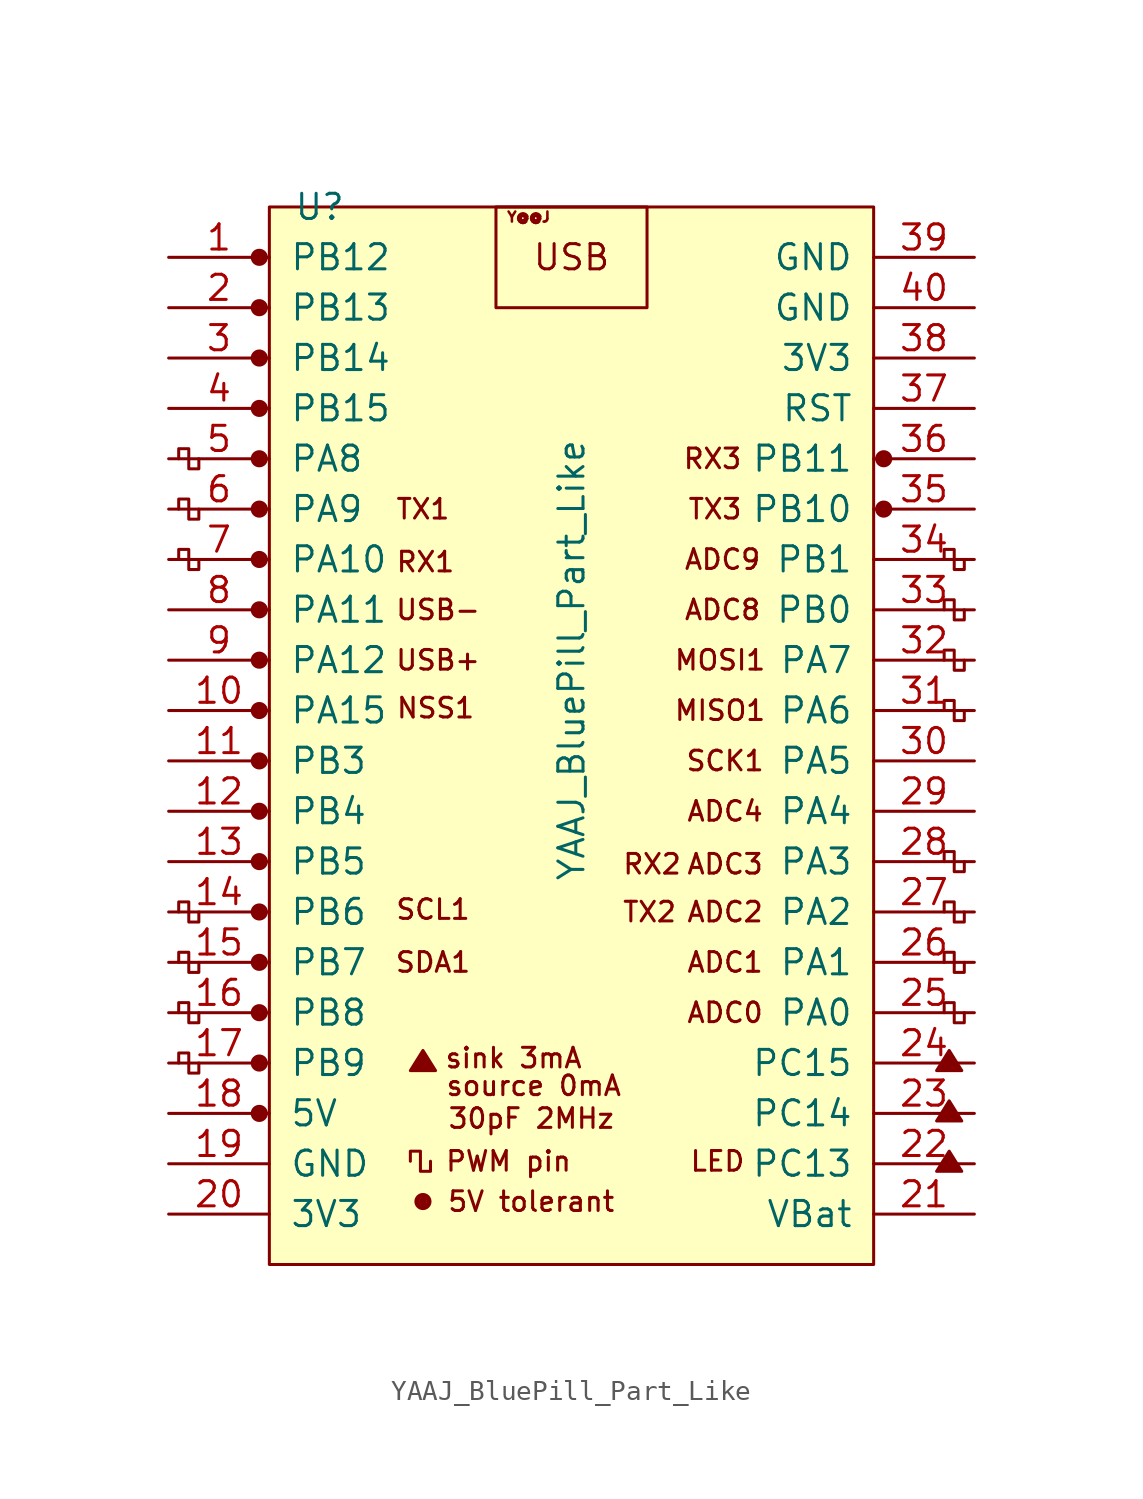
<source format=kicad_sym>
(kicad_symbol_lib
  (version 20220914)
  (generator kicad_symbol_editor)
  (symbol "YAAJ_BluePill_Part_Like"
    (pin_names
      (offset 1.016))
    (property "Reference" "U"
      (at -12.7 25.4 0)
      (effects (font (size 1.27 1.27))))
    (property "Value" "YAAJ_BluePill_Part_Like"
      (at 0 2.54 90)
      (effects (font (size 1.27 1.27))))
    (symbol "YAAJ_BluePill_Part_Like_0_0"
      (circle (center -15.748 -20.32) (radius 0.356) (stroke (width 0) (type solid)) (fill (type outline)))
      (circle (center -15.748 -17.78) (radius 0.356) (stroke (width 0) (type solid)) (fill (type outline)))
      (circle (center -15.748 -15.24) (radius 0.356) (stroke (width 0) (type solid)) (fill (type outline)))
      (circle (center -15.748 -12.7) (radius 0.356) (stroke (width 0) (type solid)) (fill (type outline)))
      (circle (center -15.748 -10.16) (radius 0.356) (stroke (width 0) (type solid)) (fill (type outline)))
      (circle (center -15.748 -7.62) (radius 0.356) (stroke (width 0) (type solid)) (fill (type outline)))
      (circle (center -15.748 -5.08) (radius 0.356) (stroke (width 0) (type solid)) (fill (type outline)))
      (circle (center -15.748 -2.54) (radius 0.356) (stroke (width 0) (type solid)) (fill (type outline)))
      (circle (center -15.748 0) (radius 0.356) (stroke (width 0) (type solid)) (fill (type outline)))
      (circle (center -15.748 2.54) (radius 0.356) (stroke (width 0) (type solid)) (fill (type outline)))
      (circle (center -15.748 5.08) (radius 0.356) (stroke (width 0) (type solid)) (fill (type outline)))
      (circle (center -15.748 7.62) (radius 0.356) (stroke (width 0) (type solid)) (fill (type outline)))
      (circle (center -15.748 10.16) (radius 0.356) (stroke (width 0) (type solid)) (fill (type outline)))
      (circle (center -15.748 12.7) (radius 0.356) (stroke (width 0) (type solid)) (fill (type outline)))
      (circle (center -15.748 15.24) (radius 0.356) (stroke (width 0) (type solid)) (fill (type outline)))
      (circle (center -15.748 17.78) (radius 0.356) (stroke (width 0) (type solid)) (fill (type outline)))
      (circle (center -15.748 22.86) (radius 0.356) (stroke (width 0) (type solid)) (fill (type outline)))
      (circle (center -7.493 -24.765) (radius 0.127) (stroke (width 0) (type solid)) (fill (type outline)))
      (circle (center -7.493 -24.765) (radius 0.254) (stroke (width 0) (type solid)) (fill (type none)))
      (circle (center -7.493 -24.765) (radius 0.356) (stroke (width 0) (type solid)) (fill (type none)))
      (polyline (pts (xy -8.128 -18.161) (xy -7.493 -17.145) (xy -6.858 -18.161) (xy -8.128 -18.161) (xy -7.493 -17.272) (xy -6.985 -18.161) (xy -8.001 -18.034) (xy -7.493 -17.399) (xy -7.112 -18.161) (xy -7.874 -17.907) (xy -7.366 -17.526) (xy -7.239 -18.161) (xy -7.747 -17.78) (xy -7.239 -17.653) (xy -7.366 -18.034) (xy -7.62 -17.78) (xy -7.366 -17.907) (xy -7.493 -17.653)) (stroke (width 0) (type solid)) (fill (type none)))
      (polyline (pts (xy 18.415 -23.241) (xy 19.05 -22.225) (xy 19.685 -23.241) (xy 18.415 -23.241) (xy 19.05 -22.352) (xy 19.558 -23.241) (xy 18.542 -23.114) (xy 19.05 -22.479) (xy 19.431 -23.241) (xy 18.669 -22.987) (xy 19.177 -22.606) (xy 19.304 -23.241) (xy 18.796 -22.86) (xy 19.304 -22.733) (xy 19.177 -23.114) (xy 18.923 -22.86) (xy 19.177 -22.987) (xy 19.05 -22.733)) (stroke (width 0) (type solid)) (fill (type none)))
      (polyline (pts (xy 18.415 -20.701) (xy 19.05 -19.685) (xy 19.685 -20.701) (xy 18.415 -20.701) (xy 19.05 -19.812) (xy 19.558 -20.701) (xy 18.542 -20.574) (xy 19.05 -19.939) (xy 19.431 -20.701) (xy 18.669 -20.447) (xy 19.177 -20.066) (xy 19.304 -20.701) (xy 18.796 -20.32) (xy 19.304 -20.193) (xy 19.177 -20.574) (xy 18.923 -20.32) (xy 19.177 -20.447) (xy 19.05 -20.193)) (stroke (width 0) (type solid)) (fill (type none)))
      (polyline (pts (xy 18.415 -18.161) (xy 19.05 -17.145) (xy 19.685 -18.161) (xy 18.415 -18.161) (xy 19.05 -17.272) (xy 19.558 -18.161) (xy 18.542 -18.034) (xy 19.05 -17.399) (xy 19.431 -18.161) (xy 18.669 -17.907) (xy 19.177 -17.526) (xy 19.304 -18.161) (xy 18.796 -17.78) (xy 19.304 -17.653) (xy 19.177 -18.034) (xy 18.923 -17.78) (xy 19.177 -17.907) (xy 19.05 -17.653)) (stroke (width 0) (type solid)) (fill (type none)))
      (circle (center 15.748 10.16) (radius 0.254) (stroke (width 0) (type solid)) (fill (type outline)))
      (circle (center 15.748 10.16) (radius 0.356) (stroke (width 0) (type solid)) (fill (type none)))
      (circle (center 15.748 12.7) (radius 0.254) (stroke (width 0) (type solid)) (fill (type outline)))
      (circle (center 15.748 12.7) (radius 0.356) (stroke (width 0) (type solid)) (fill (type none)))
      (text "30pF 2MHz" (at -2.032 -20.574 0) (effects (font (size 0.991 0.991))))
      (text "5V tolerant" (at -2.032 -24.765 0) (effects (font (size 0.991 0.991))))
      (text "ADC0" (at 7.747 -15.24 0) (effects (font (size 0.991 0.991))))
      (text "ADC1" (at 7.747 -12.7 0) (effects (font (size 0.991 0.991))))
      (text "ADC2" (at 7.747 -10.16 0) (effects (font (size 0.991 0.991))))
      (text "ADC3" (at 7.747 -7.747 0) (effects (font (size 0.991 0.991))))
      (text "ADC4" (at 7.747 -5.08 0) (effects (font (size 0.991 0.991))))
      (text "ADC8" (at 7.62 5.08 0) (effects (font (size 0.991 0.991))))
      (text "ADC9" (at 7.62 7.62 0) (effects (font (size 0.991 0.991))))
      (text "LED" (at 7.366 -22.733 0) (effects (font (size 0.991 0.991))))
      (text "MISO1" (at 7.493 0 0) (effects (font (size 0.991 0.991))))
      (text "MOSI1" (at 7.493 2.54 0) (effects (font (size 0.991 0.991))))
      (text "NSS1" (at -6.858 0.127 0) (effects (font (size 0.991 0.991))))
      (text "PWM pin" (at -3.175 -22.733 0) (effects (font (size 0.991 0.991))))
      (text "RX1" (at -7.366 7.493 0) (effects (font (size 0.991 0.991))))
      (text "RX2" (at 4.064 -7.747 0) (effects (font (size 0.991 0.991))))
      (text "RX3" (at 7.112 12.7 0) (effects (font (size 0.991 0.991))))
      (text "SCK1" (at 7.747 -2.54 0) (effects (font (size 0.991 0.991))))
      (text "SCL1" (at -6.985 -10.033 0) (effects (font (size 0.991 0.991))))
      (text "SDA1" (at -6.985 -12.7 0) (effects (font (size 0.991 0.991))))
      (text "sink 3mA" (at -2.921 -17.526 0) (effects (font (size 0.991 0.991))))
      (text "source 0mA" (at -1.905 -18.923 0) (effects (font (size 0.991 0.991))))
      (text "TX1" (at -7.493 10.16 0) (effects (font (size 0.991 0.991))))
      (text "TX2" (at 3.937 -10.16 0) (effects (font (size 0.991 0.991))))
      (text "TX3" (at 7.239 10.16 0) (effects (font (size 0.991 0.991))))
      (text "USB" (at 0 22.86 0) (effects (font (size 1.27 1.27))))
      (text "USB+" (at -6.731 2.54 0) (effects (font (size 0.991 0.991))))
      (text "USB-" (at -6.731 5.08 0) (effects (font (size 0.991 0.991))))
      (text "Y@@J" (at -2.159 24.892 0) (effects (font (size 0.508 0.508)))))
    (symbol "YAAJ_BluePill_Part_Like_0_1"
      (rectangle (start -15.24 25.4) (end 15.24 -27.94) (stroke (width 0) (type solid)) (fill (type background)))
      (polyline (pts (xy -18.796 -17.78) (xy -18.796 -18.288) (xy -19.304 -18.288) (xy -19.304 -17.272) (xy -19.812 -17.272) (xy -19.812 -17.78)) (stroke (width 0) (type solid)) (fill (type none)))
      (polyline (pts (xy -18.796 -15.24) (xy -18.796 -15.748) (xy -19.304 -15.748) (xy -19.304 -14.732) (xy -19.812 -14.732) (xy -19.812 -15.24)) (stroke (width 0) (type solid)) (fill (type none)))
      (polyline (pts (xy -18.796 -12.7) (xy -18.796 -13.208) (xy -19.304 -13.208) (xy -19.304 -12.192) (xy -19.812 -12.192) (xy -19.812 -12.7)) (stroke (width 0) (type solid)) (fill (type none)))
      (polyline (pts (xy -18.796 -10.16) (xy -18.796 -10.668) (xy -19.304 -10.668) (xy -19.304 -9.652) (xy -19.812 -9.652) (xy -19.812 -10.16)) (stroke (width 0) (type solid)) (fill (type none)))
      (polyline (pts (xy -18.796 7.62) (xy -18.796 7.112) (xy -19.304 7.112) (xy -19.304 8.128) (xy -19.812 8.128) (xy -19.812 7.62)) (stroke (width 0) (type solid)) (fill (type none)))
      (polyline (pts (xy -18.796 10.16) (xy -18.796 9.652) (xy -19.304 9.652) (xy -19.304 10.668) (xy -19.812 10.668) (xy -19.812 10.16)) (stroke (width 0) (type solid)) (fill (type none)))
      (polyline (pts (xy -18.796 12.7) (xy -18.796 12.192) (xy -19.304 12.192) (xy -19.304 13.208) (xy -19.812 13.208) (xy -19.812 12.7)) (stroke (width 0) (type solid)) (fill (type none)))
      (polyline (pts (xy -7.112 -22.733) (xy -7.112 -23.241) (xy -7.62 -23.241) (xy -7.62 -22.225) (xy -8.128 -22.225) (xy -8.128 -22.733)) (stroke (width 0) (type solid)) (fill (type none)))
      (polyline (pts (xy 19.812 -15.24) (xy 19.812 -15.748) (xy 19.304 -15.748) (xy 19.304 -14.732) (xy 18.796 -14.732) (xy 18.796 -15.24)) (stroke (width 0) (type solid)) (fill (type none)))
      (polyline (pts (xy 19.812 -12.7) (xy 19.812 -13.208) (xy 19.304 -13.208) (xy 19.304 -12.192) (xy 18.796 -12.192) (xy 18.796 -12.7)) (stroke (width 0) (type solid)) (fill (type none)))
      (polyline (pts (xy 19.812 -10.16) (xy 19.812 -10.668) (xy 19.304 -10.668) (xy 19.304 -9.652) (xy 18.796 -9.652) (xy 18.796 -10.16)) (stroke (width 0) (type solid)) (fill (type none)))
      (polyline (pts (xy 19.812 -7.62) (xy 19.812 -8.128) (xy 19.304 -8.128) (xy 19.304 -7.112) (xy 18.796 -7.112) (xy 18.796 -7.62)) (stroke (width 0) (type solid)) (fill (type none)))
      (polyline (pts (xy 19.812 0) (xy 19.812 -0.508) (xy 19.304 -0.508) (xy 19.304 0.508) (xy 18.796 0.508) (xy 18.796 0)) (stroke (width 0) (type solid)) (fill (type none)))
      (polyline (pts (xy 19.812 2.54) (xy 19.812 2.032) (xy 19.304 2.032) (xy 19.304 3.048) (xy 18.796 3.048) (xy 18.796 2.54)) (stroke (width 0) (type solid)) (fill (type none)))
      (polyline (pts (xy 19.812 5.08) (xy 19.812 4.572) (xy 19.304 4.572) (xy 19.304 5.588) (xy 18.796 5.588) (xy 18.796 5.08)) (stroke (width 0) (type solid)) (fill (type none)))
      (polyline (pts (xy 19.812 7.62) (xy 19.812 7.112) (xy 19.304 7.112) (xy 19.304 8.128) (xy 18.796 8.128) (xy 18.796 7.62)) (stroke (width 0) (type solid)) (fill (type none)))
      (rectangle (start 3.81 25.4) (end -3.81 20.32) (stroke (width 0) (type solid)) (fill (type none))))
    (symbol "YAAJ_BluePill_Part_Like_1_1"
      (circle (center -15.748 20.32) (radius 0.356) (stroke (width 0) (type solid)) (fill (type outline)))
      (pin bidirectional line (at -20.32 22.86 0) (length 5.08) (name "PB12" (effects (font (size 1.27 1.27)))) (number "1" (effects (font (size 1.27 1.27)))))
      (pin bidirectional line (at -20.32 0 0) (length 5.08) (name "PA15" (effects (font (size 1.27 1.27)))) (number "10" (effects (font (size 1.27 1.27)))))
      (pin bidirectional line (at -20.32 -2.54 0) (length 5.08) (name "PB3" (effects (font (size 1.27 1.27)))) (number "11" (effects (font (size 1.27 1.27)))))
      (pin bidirectional line (at -20.32 -5.08 0) (length 5.08) (name "PB4" (effects (font (size 1.27 1.27)))) (number "12" (effects (font (size 1.27 1.27)))))
      (pin bidirectional line (at -20.32 -7.62 0) (length 5.08) (name "PB5" (effects (font (size 1.27 1.27)))) (number "13" (effects (font (size 1.27 1.27)))))
      (pin bidirectional line (at -20.32 -10.16 0) (length 5.08) (name "PB6" (effects (font (size 1.27 1.27)))) (number "14" (effects (font (size 1.27 1.27)))))
      (pin bidirectional line (at -20.32 -12.7 0) (length 5.08) (name "PB7" (effects (font (size 1.27 1.27)))) (number "15" (effects (font (size 1.27 1.27)))))
      (pin bidirectional line (at -20.32 -15.24 0) (length 5.08) (name "PB8" (effects (font (size 1.27 1.27)))) (number "16" (effects (font (size 1.27 1.27)))))
      (pin bidirectional line (at -20.32 -17.78 0) (length 5.08) (name "PB9" (effects (font (size 1.27 1.27)))) (number "17" (effects (font (size 1.27 1.27)))))
      (pin power_in line (at -20.32 -20.32 0) (length 5.08) (name "5V" (effects (font (size 1.27 1.27)))) (number "18" (effects (font (size 1.27 1.27)))))
      (pin power_in line (at -20.32 -22.86 0) (length 5.08) (name "GND" (effects (font (size 1.27 1.27)))) (number "19" (effects (font (size 1.27 1.27)))))
      (pin bidirectional line (at -20.32 20.32 0) (length 5.08) (name "PB13" (effects (font (size 1.27 1.27)))) (number "2" (effects (font (size 1.27 1.27)))))
      (pin power_in line (at -20.32 -25.4 0) (length 5.08) (name "3V3" (effects (font (size 1.27 1.27)))) (number "20" (effects (font (size 1.27 1.27)))))
      (pin power_in line (at 20.32 -25.4 180) (length 5.08) (name "VBat" (effects (font (size 1.27 1.27)))) (number "21" (effects (font (size 1.27 1.27)))))
      (pin bidirectional line (at 20.32 -22.86 180) (length 5.08) (name "PC13" (effects (font (size 1.27 1.27)))) (number "22" (effects (font (size 1.27 1.27)))))
      (pin bidirectional line (at 20.32 -20.32 180) (length 5.08) (name "PC14" (effects (font (size 1.27 1.27)))) (number "23" (effects (font (size 1.27 1.27)))))
      (pin bidirectional line (at 20.32 -17.78 180) (length 5.08) (name "PC15" (effects (font (size 1.27 1.27)))) (number "24" (effects (font (size 1.27 1.27)))))
      (pin bidirectional line (at 20.32 -15.24 180) (length 5.08) (name "PA0" (effects (font (size 1.27 1.27)))) (number "25" (effects (font (size 1.27 1.27)))))
      (pin bidirectional line (at 20.32 -12.7 180) (length 5.08) (name "PA1" (effects (font (size 1.27 1.27)))) (number "26" (effects (font (size 1.27 1.27)))))
      (pin bidirectional line (at 20.32 -10.16 180) (length 5.08) (name "PA2" (effects (font (size 1.27 1.27)))) (number "27" (effects (font (size 1.27 1.27)))))
      (pin bidirectional line (at 20.32 -7.62 180) (length 5.08) (name "PA3" (effects (font (size 1.27 1.27)))) (number "28" (effects (font (size 1.27 1.27)))))
      (pin bidirectional line (at 20.32 -5.08 180) (length 5.08) (name "PA4" (effects (font (size 1.27 1.27)))) (number "29" (effects (font (size 1.27 1.27)))))
      (pin bidirectional line (at -20.32 17.78 0) (length 5.08) (name "PB14" (effects (font (size 1.27 1.27)))) (number "3" (effects (font (size 1.27 1.27)))))
      (pin bidirectional line (at 20.32 -2.54 180) (length 5.08) (name "PA5" (effects (font (size 1.27 1.27)))) (number "30" (effects (font (size 1.27 1.27)))))
      (pin bidirectional line (at 20.32 0 180) (length 5.08) (name "PA6" (effects (font (size 1.27 1.27)))) (number "31" (effects (font (size 1.27 1.27)))))
      (pin bidirectional line (at 20.32 2.54 180) (length 5.08) (name "PA7" (effects (font (size 1.27 1.27)))) (number "32" (effects (font (size 1.27 1.27)))))
      (pin bidirectional line (at 20.32 5.08 180) (length 5.08) (name "PB0" (effects (font (size 1.27 1.27)))) (number "33" (effects (font (size 1.27 1.27)))))
      (pin bidirectional line (at 20.32 7.62 180) (length 5.08) (name "PB1" (effects (font (size 1.27 1.27)))) (number "34" (effects (font (size 1.27 1.27)))))
      (pin bidirectional line (at 20.32 10.16 180) (length 5.08) (name "PB10" (effects (font (size 1.27 1.27)))) (number "35" (effects (font (size 1.27 1.27)))))
      (pin bidirectional line (at 20.32 12.7 180) (length 5.08) (name "PB11" (effects (font (size 1.27 1.27)))) (number "36" (effects (font (size 1.27 1.27)))))
      (pin input line (at 20.32 15.24 180) (length 5.08) (name "RST" (effects (font (size 1.27 1.27)))) (number "37" (effects (font (size 1.27 1.27)))))
      (pin power_in line (at 20.32 17.78 180) (length 5.08) (name "3V3" (effects (font (size 1.27 1.27)))) (number "38" (effects (font (size 1.27 1.27)))))
      (pin power_in line (at 20.32 22.86 180) (length 5.08) (name "GND" (effects (font (size 1.27 1.27)))) (number "39" (effects (font (size 1.27 1.27)))))
      (pin bidirectional line (at -20.32 15.24 0) (length 5.08) (name "PB15" (effects (font (size 1.27 1.27)))) (number "4" (effects (font (size 1.27 1.27)))))
      (pin power_in line (at 20.32 20.32 180) (length 5.08) (name "GND" (effects (font (size 1.27 1.27)))) (number "40" (effects (font (size 1.27 1.27)))))
      (pin bidirectional line (at -20.32 12.7 0) (length 5.08) (name "PA8" (effects (font (size 1.27 1.27)))) (number "5" (effects (font (size 1.27 1.27)))))
      (pin bidirectional line (at -20.32 10.16 0) (length 5.08) (name "PA9" (effects (font (size 1.27 1.27)))) (number "6" (effects (font (size 1.27 1.27)))))
      (pin bidirectional line (at -20.32 7.62 0) (length 5.08) (name "PA10" (effects (font (size 1.27 1.27)))) (number "7" (effects (font (size 1.27 1.27)))))
      (pin bidirectional line (at -20.32 5.08 0) (length 5.08) (name "PA11" (effects (font (size 1.27 1.27)))) (number "8" (effects (font (size 1.27 1.27)))))
      (pin bidirectional line (at -20.32 2.54 0) (length 5.08) (name "PA12" (effects (font (size 1.27 1.27)))) (number "9" (effects (font (size 1.27 1.27))))))))
</source>
